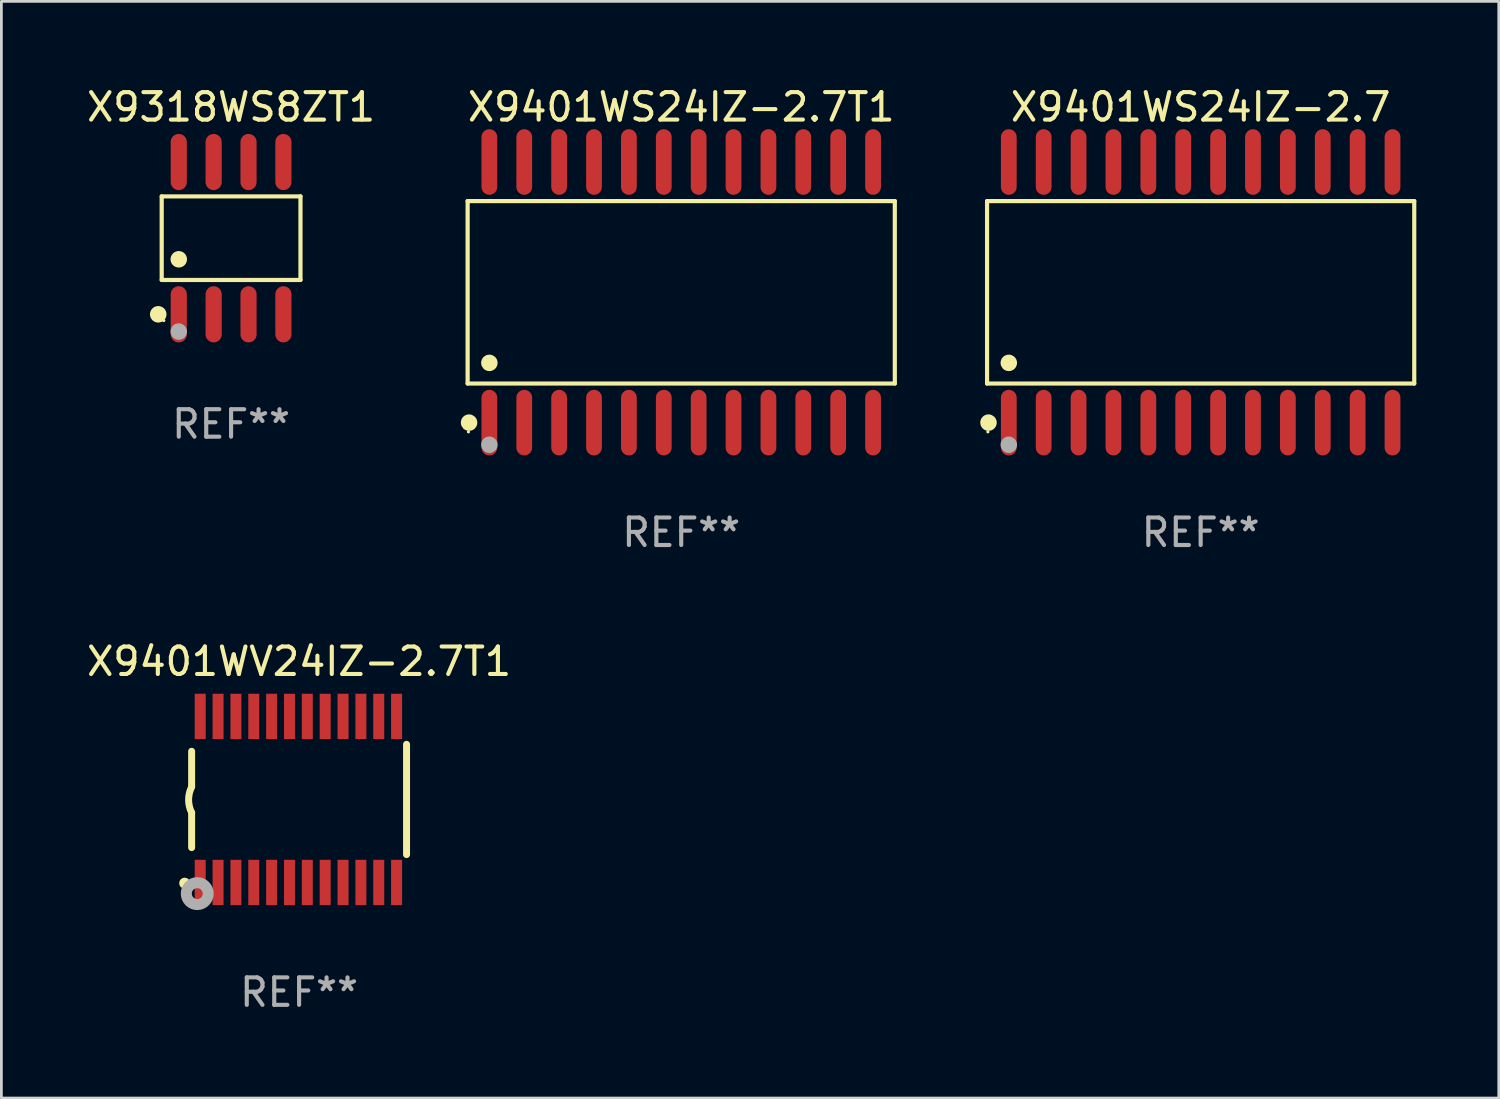
<source format=kicad_pcb>
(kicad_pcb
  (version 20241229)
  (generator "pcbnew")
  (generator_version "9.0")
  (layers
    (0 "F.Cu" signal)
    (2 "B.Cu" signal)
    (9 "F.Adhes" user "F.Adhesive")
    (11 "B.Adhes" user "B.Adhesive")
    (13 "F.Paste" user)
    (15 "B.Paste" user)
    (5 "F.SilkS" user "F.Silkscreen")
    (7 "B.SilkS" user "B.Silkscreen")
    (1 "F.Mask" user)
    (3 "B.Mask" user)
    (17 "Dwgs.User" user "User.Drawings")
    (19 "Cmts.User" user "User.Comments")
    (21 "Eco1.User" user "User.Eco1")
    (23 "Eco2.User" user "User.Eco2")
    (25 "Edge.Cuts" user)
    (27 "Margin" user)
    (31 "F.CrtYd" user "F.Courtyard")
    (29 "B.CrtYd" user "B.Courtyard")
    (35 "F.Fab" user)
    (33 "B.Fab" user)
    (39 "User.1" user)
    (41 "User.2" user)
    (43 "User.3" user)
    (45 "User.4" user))
  (footprint "X9401WS24IZ-2.7"
    (layer "F.Cu")
    (at 40.662 7.592)
    (property "Reference" "X9401WS24IZ-2.7" (at 0 -6.744 0) (layer "F.SilkS") (effects (font (size 1 1) (thickness 0.15))))
    (attr through_hole)
    (fp_line (start -7.776 -3.321) (end 7.776 -3.321) (stroke (width 0.152) (type solid)) (layer "F.SilkS"))
    (fp_line (start -7.776 3.321) (end -7.776 -3.321) (stroke (width 0.152) (type solid)) (layer "F.SilkS"))
    (fp_line (start 7.776 -3.321) (end 7.776 3.321) (stroke (width 0.152) (type solid)) (layer "F.SilkS"))
    (fp_line (start 7.776 3.321) (end -7.776 3.321) (stroke (width 0.152) (type solid)) (layer "F.SilkS"))
    (fp_circle (center -7.747 5.08) (end -7.717 5.08) (stroke (width 0.06) (type solid)) (fill no) (layer "F.SilkS"))
    (fp_circle (center -7.724 4.744) (end -7.574 4.744) (stroke (width 0.3) (type solid)) (fill no) (layer "F.SilkS"))
    (fp_circle (center -6.985 2.569) (end -6.835 2.569) (stroke (width 0.3) (type solid)) (fill no) (layer "F.SilkS"))
    (fp_circle (center -6.985 5.55) (end -6.835 5.55) (stroke (width 0.3) (type solid)) (fill no) (layer "F.Fab"))
    (fp_text user "REF**" (at 0 8.744 0) (layer "F.Fab") (effects (font (size 1 1) (thickness 0.15))))
    (pad "1" smd oval (at -6.985 4.744) (size 0.574 2.388) (layers "F.Cu" "F.Mask" "F.Paste"))
    (pad "2" smd oval (at -5.715 4.744) (size 0.574 2.388) (layers "F.Cu" "F.Mask" "F.Paste"))
    (pad "3" smd oval (at -4.445 4.744) (size 0.574 2.388) (layers "F.Cu" "F.Mask" "F.Paste"))
    (pad "4" smd oval (at -3.175 4.744) (size 0.574 2.388) (layers "F.Cu" "F.Mask" "F.Paste"))
    (pad "5" smd oval (at -1.905 4.744) (size 0.574 2.388) (layers "F.Cu" "F.Mask" "F.Paste"))
    (pad "6" smd oval (at -0.635 4.744) (size 0.574 2.388) (layers "F.Cu" "F.Mask" "F.Paste"))
    (pad "7" smd oval (at 0.635 4.744) (size 0.574 2.388) (layers "F.Cu" "F.Mask" "F.Paste"))
    (pad "8" smd oval (at 1.905 4.744) (size 0.574 2.388) (layers "F.Cu" "F.Mask" "F.Paste"))
    (pad "9" smd oval (at 3.175 4.744) (size 0.574 2.388) (layers "F.Cu" "F.Mask" "F.Paste"))
    (pad "10" smd oval (at 4.445 4.744) (size 0.574 2.388) (layers "F.Cu" "F.Mask" "F.Paste"))
    (pad "11" smd oval (at 5.715 4.744) (size 0.574 2.388) (layers "F.Cu" "F.Mask" "F.Paste"))
    (pad "12" smd oval (at 6.985 4.744) (size 0.574 2.388) (layers "F.Cu" "F.Mask" "F.Paste"))
    (pad "13" smd oval (at 6.985 -4.744) (size 0.574 2.388) (layers "F.Cu" "F.Mask" "F.Paste"))
    (pad "14" smd oval (at 5.715 -4.744) (size 0.574 2.388) (layers "F.Cu" "F.Mask" "F.Paste"))
    (pad "15" smd oval (at 4.445 -4.744) (size 0.574 2.388) (layers "F.Cu" "F.Mask" "F.Paste"))
    (pad "16" smd oval (at 3.175 -4.744) (size 0.574 2.388) (layers "F.Cu" "F.Mask" "F.Paste"))
    (pad "17" smd oval (at 1.905 -4.744) (size 0.574 2.388) (layers "F.Cu" "F.Mask" "F.Paste"))
    (pad "18" smd oval (at 0.635 -4.744) (size 0.574 2.388) (layers "F.Cu" "F.Mask" "F.Paste"))
    (pad "19" smd oval (at -0.635 -4.744) (size 0.574 2.388) (layers "F.Cu" "F.Mask" "F.Paste"))
    (pad "20" smd oval (at -1.905 -4.744) (size 0.574 2.388) (layers "F.Cu" "F.Mask" "F.Paste"))
    (pad "21" smd oval (at -3.175 -4.744) (size 0.574 2.388) (layers "F.Cu" "F.Mask" "F.Paste"))
    (pad "22" smd oval (at -4.445 -4.744) (size 0.574 2.388) (layers "F.Cu" "F.Mask" "F.Paste"))
    (pad "23" smd oval (at -5.715 -4.744) (size 0.574 2.388) (layers "F.Cu" "F.Mask" "F.Paste"))
    (pad "24" smd oval (at -6.985 -4.744) (size 0.574 2.388) (layers "F.Cu" "F.Mask" "F.Paste")))
  (footprint "X9318WS8ZT1"
    (layer "F.Cu")
    (at 5.363 5.621)
    (property "Reference" "X9318WS8ZT1" (at 0 -4.772 0) (layer "F.SilkS") (effects (font (size 1 1) (thickness 0.15))))
    (attr through_hole)
    (fp_line (start -2.526 -1.521) (end 2.526 -1.521) (stroke (width 0.152) (type solid)) (layer "F.SilkS"))
    (fp_line (start -2.526 1.521) (end -2.526 -1.521) (stroke (width 0.152) (type solid)) (layer "F.SilkS"))
    (fp_line (start 2.526 -1.521) (end 2.526 1.521) (stroke (width 0.152) (type solid)) (layer "F.SilkS"))
    (fp_line (start 2.526 1.521) (end -2.526 1.521) (stroke (width 0.152) (type solid)) (layer "F.SilkS"))
    (fp_circle (center -2.652 2.772) (end -2.501 2.772) (stroke (width 0.3) (type solid)) (fill no) (layer "F.SilkS"))
    (fp_circle (center -2.45 3) (end -2.42 3) (stroke (width 0.06) (type solid)) (fill no) (layer "F.SilkS"))
    (fp_circle (center -1.905 0.769) (end -1.755 0.769) (stroke (width 0.3) (type solid)) (fill no) (layer "F.SilkS"))
    (fp_circle (center -1.905 3.4) (end -1.755 3.4) (stroke (width 0.3) (type solid)) (fill no) (layer "F.Fab"))
    (fp_text user "REF**" (at 0 6.772 0) (layer "F.Fab") (effects (font (size 1 1) (thickness 0.15))))
    (pad "1" smd oval (at -1.905 2.772) (size 0.588 2.045) (layers "F.Cu" "F.Mask" "F.Paste"))
    (pad "2" smd oval (at -0.635 2.772) (size 0.588 2.045) (layers "F.Cu" "F.Mask" "F.Paste"))
    (pad "3" smd oval (at 0.635 2.772) (size 0.588 2.045) (layers "F.Cu" "F.Mask" "F.Paste"))
    (pad "4" smd oval (at 1.905 2.772) (size 0.588 2.045) (layers "F.Cu" "F.Mask" "F.Paste"))
    (pad "5" smd oval (at 1.905 -2.772) (size 0.588 2.045) (layers "F.Cu" "F.Mask" "F.Paste"))
    (pad "6" smd oval (at 0.635 -2.772) (size 0.588 2.045) (layers "F.Cu" "F.Mask" "F.Paste"))
    (pad "7" smd oval (at -0.635 -2.772) (size 0.588 2.045) (layers "F.Cu" "F.Mask" "F.Paste"))
    (pad "8" smd oval (at -1.905 -2.772) (size 0.588 2.045) (layers "F.Cu" "F.Mask" "F.Paste")))
  (footprint "X9401WS24IZ-2.7T1"
    (layer "F.Cu")
    (at 21.751 7.592)
    (property "Reference" "X9401WS24IZ-2.7T1" (at 0 -6.744 0) (layer "F.SilkS") (effects (font (size 1 1) (thickness 0.15))))
    (attr through_hole)
    (fp_line (start -7.776 -3.321) (end 7.776 -3.321) (stroke (width 0.152) (type solid)) (layer "F.SilkS"))
    (fp_line (start -7.776 3.321) (end -7.776 -3.321) (stroke (width 0.152) (type solid)) (layer "F.SilkS"))
    (fp_line (start 7.776 -3.321) (end 7.776 3.321) (stroke (width 0.152) (type solid)) (layer "F.SilkS"))
    (fp_line (start 7.776 3.321) (end -7.776 3.321) (stroke (width 0.152) (type solid)) (layer "F.SilkS"))
    (fp_circle (center -7.747 5.08) (end -7.717 5.08) (stroke (width 0.06) (type solid)) (fill no) (layer "F.SilkS"))
    (fp_circle (center -7.724 4.744) (end -7.574 4.744) (stroke (width 0.3) (type solid)) (fill no) (layer "F.SilkS"))
    (fp_circle (center -6.985 2.569) (end -6.835 2.569) (stroke (width 0.3) (type solid)) (fill no) (layer "F.SilkS"))
    (fp_circle (center -6.985 5.55) (end -6.835 5.55) (stroke (width 0.3) (type solid)) (fill no) (layer "F.Fab"))
    (fp_text user "REF**" (at 0 8.744 0) (layer "F.Fab") (effects (font (size 1 1) (thickness 0.15))))
    (pad "1" smd oval (at -6.985 4.744) (size 0.574 2.388) (layers "F.Cu" "F.Mask" "F.Paste"))
    (pad "2" smd oval (at -5.715 4.744) (size 0.574 2.388) (layers "F.Cu" "F.Mask" "F.Paste"))
    (pad "3" smd oval (at -4.445 4.744) (size 0.574 2.388) (layers "F.Cu" "F.Mask" "F.Paste"))
    (pad "4" smd oval (at -3.175 4.744) (size 0.574 2.388) (layers "F.Cu" "F.Mask" "F.Paste"))
    (pad "5" smd oval (at -1.905 4.744) (size 0.574 2.388) (layers "F.Cu" "F.Mask" "F.Paste"))
    (pad "6" smd oval (at -0.635 4.744) (size 0.574 2.388) (layers "F.Cu" "F.Mask" "F.Paste"))
    (pad "7" smd oval (at 0.635 4.744) (size 0.574 2.388) (layers "F.Cu" "F.Mask" "F.Paste"))
    (pad "8" smd oval (at 1.905 4.744) (size 0.574 2.388) (layers "F.Cu" "F.Mask" "F.Paste"))
    (pad "9" smd oval (at 3.175 4.744) (size 0.574 2.388) (layers "F.Cu" "F.Mask" "F.Paste"))
    (pad "10" smd oval (at 4.445 4.744) (size 0.574 2.388) (layers "F.Cu" "F.Mask" "F.Paste"))
    (pad "11" smd oval (at 5.715 4.744) (size 0.574 2.388) (layers "F.Cu" "F.Mask" "F.Paste"))
    (pad "12" smd oval (at 6.985 4.744) (size 0.574 2.388) (layers "F.Cu" "F.Mask" "F.Paste"))
    (pad "13" smd oval (at 6.985 -4.744) (size 0.574 2.388) (layers "F.Cu" "F.Mask" "F.Paste"))
    (pad "14" smd oval (at 5.715 -4.744) (size 0.574 2.388) (layers "F.Cu" "F.Mask" "F.Paste"))
    (pad "15" smd oval (at 4.445 -4.744) (size 0.574 2.388) (layers "F.Cu" "F.Mask" "F.Paste"))
    (pad "16" smd oval (at 3.175 -4.744) (size 0.574 2.388) (layers "F.Cu" "F.Mask" "F.Paste"))
    (pad "17" smd oval (at 1.905 -4.744) (size 0.574 2.388) (layers "F.Cu" "F.Mask" "F.Paste"))
    (pad "18" smd oval (at 0.635 -4.744) (size 0.574 2.388) (layers "F.Cu" "F.Mask" "F.Paste"))
    (pad "19" smd oval (at -0.635 -4.744) (size 0.574 2.388) (layers "F.Cu" "F.Mask" "F.Paste"))
    (pad "20" smd oval (at -1.905 -4.744) (size 0.574 2.388) (layers "F.Cu" "F.Mask" "F.Paste"))
    (pad "21" smd oval (at -3.175 -4.744) (size 0.574 2.388) (layers "F.Cu" "F.Mask" "F.Paste"))
    (pad "22" smd oval (at -4.445 -4.744) (size 0.574 2.388) (layers "F.Cu" "F.Mask" "F.Paste"))
    (pad "23" smd oval (at -5.715 -4.744) (size 0.574 2.388) (layers "F.Cu" "F.Mask" "F.Paste"))
    (pad "24" smd oval (at -6.985 -4.744) (size 0.574 2.388) (layers "F.Cu" "F.Mask" "F.Paste")))
  (footprint "X9401WV24IZ-2.7T1"
    (layer "F.Cu")
    (at 7.839 26.055)
    (property "Reference" "X9401WV24IZ-2.7T1" (at 0 -5.023 0) (layer "F.SilkS") (effects (font (size 1 1) (thickness 0.15))))
    (attr through_hole)
    (fp_line (start -3.912 -0.483) (end -3.912 -1.753) (stroke (width 0.254) (type solid)) (layer "F.SilkS"))
    (fp_line (start -3.912 1.753) (end -3.912 0.483) (stroke (width 0.254) (type solid)) (layer "F.SilkS"))
    (fp_line (start 3.912 -2.007) (end 3.912 2.007) (stroke (width 0.254) (type solid)) (layer "F.SilkS"))
    (fp_arc (start -3.911608 0.482601) (mid -4.022537 0.0127) (end -3.911608 -0.457201) (stroke (width 0.254001) (type solid)) (layer "F.SilkS"))
    (fp_circle (center -4.166 3.048) (end -4.066 3.048) (stroke (width 0.2) (type solid)) (fill no) (layer "F.SilkS"))
    (fp_circle (center -3.925 3.186) (end -3.895 3.186) (stroke (width 0.06) (type solid)) (fill no) (layer "F.SilkS"))
    (fp_circle (center -3.708 3.429) (end -3.509 3.429) (stroke (width 0.4) (type solid)) (fill no) (layer "F.Fab"))
    (fp_text user "REF**" (at 0 7.023 0) (layer "F.Fab") (effects (font (size 1 1) (thickness 0.15))))
    (pad "1" smd rect (at -3.6 3.023) (size 0.4 1.65) (layers "F.Cu" "F.Mask" "F.Paste"))
    (pad "2" smd rect (at -2.95 3.023) (size 0.4 1.65) (layers "F.Cu" "F.Mask" "F.Paste"))
    (pad "3" smd rect (at -2.3 3.023) (size 0.4 1.65) (layers "F.Cu" "F.Mask" "F.Paste"))
    (pad "4" smd rect (at -1.65 3.023) (size 0.4 1.65) (layers "F.Cu" "F.Mask" "F.Paste"))
    (pad "5" smd rect (at -1 3.023) (size 0.4 1.65) (layers "F.Cu" "F.Mask" "F.Paste"))
    (pad "6" smd rect (at -0.35 3.023) (size 0.4 1.65) (layers "F.Cu" "F.Mask" "F.Paste"))
    (pad "7" smd rect (at 0.299 3.023) (size 0.4 1.65) (layers "F.Cu" "F.Mask" "F.Paste"))
    (pad "8" smd rect (at 0.95 3.023) (size 0.4 1.65) (layers "F.Cu" "F.Mask" "F.Paste"))
    (pad "9" smd rect (at 1.6 3.023) (size 0.4 1.65) (layers "F.Cu" "F.Mask" "F.Paste"))
    (pad "10" smd rect (at 2.25 3.023) (size 0.4 1.65) (layers "F.Cu" "F.Mask" "F.Paste"))
    (pad "11" smd rect (at 2.9 3.023) (size 0.4 1.65) (layers "F.Cu" "F.Mask" "F.Paste"))
    (pad "12" smd rect (at 3.549 3.023) (size 0.4 1.65) (layers "F.Cu" "F.Mask" "F.Paste"))
    (pad "13" smd rect (at 3.549 -3.023) (size 0.4 1.65) (layers "F.Cu" "F.Mask" "F.Paste"))
    (pad "14" smd rect (at 2.9 -3.023) (size 0.4 1.65) (layers "F.Cu" "F.Mask" "F.Paste"))
    (pad "15" smd rect (at 2.25 -3.023) (size 0.4 1.65) (layers "F.Cu" "F.Mask" "F.Paste"))
    (pad "16" smd rect (at 1.6 -3.023) (size 0.4 1.65) (layers "F.Cu" "F.Mask" "F.Paste"))
    (pad "17" smd rect (at 0.95 -3.023) (size 0.4 1.65) (layers "F.Cu" "F.Mask" "F.Paste"))
    (pad "18" smd rect (at 0.299 -3.023) (size 0.4 1.65) (layers "F.Cu" "F.Mask" "F.Paste"))
    (pad "19" smd rect (at -0.35 -3.023) (size 0.4 1.65) (layers "F.Cu" "F.Mask" "F.Paste"))
    (pad "20" smd rect (at -1 -3.023) (size 0.4 1.65) (layers "F.Cu" "F.Mask" "F.Paste"))
    (pad "21" smd rect (at -1.65 -3.023) (size 0.4 1.65) (layers "F.Cu" "F.Mask" "F.Paste"))
    (pad "22" smd rect (at -2.3 -3.023) (size 0.4 1.65) (layers "F.Cu" "F.Mask" "F.Paste"))
    (pad "23" smd rect (at -2.95 -3.023) (size 0.4 1.65) (layers "F.Cu" "F.Mask" "F.Paste"))
    (pad "24" smd rect (at -3.6 -3.023) (size 0.4 1.65) (layers "F.Cu" "F.Mask" "F.Paste")))
  (gr_rect
    (start -3 -3)
    (end 51.515 36.926)
    (stroke (width 0.1) (type default))
    (fill no)
    (layer "Edge.Cuts")))
</source>
